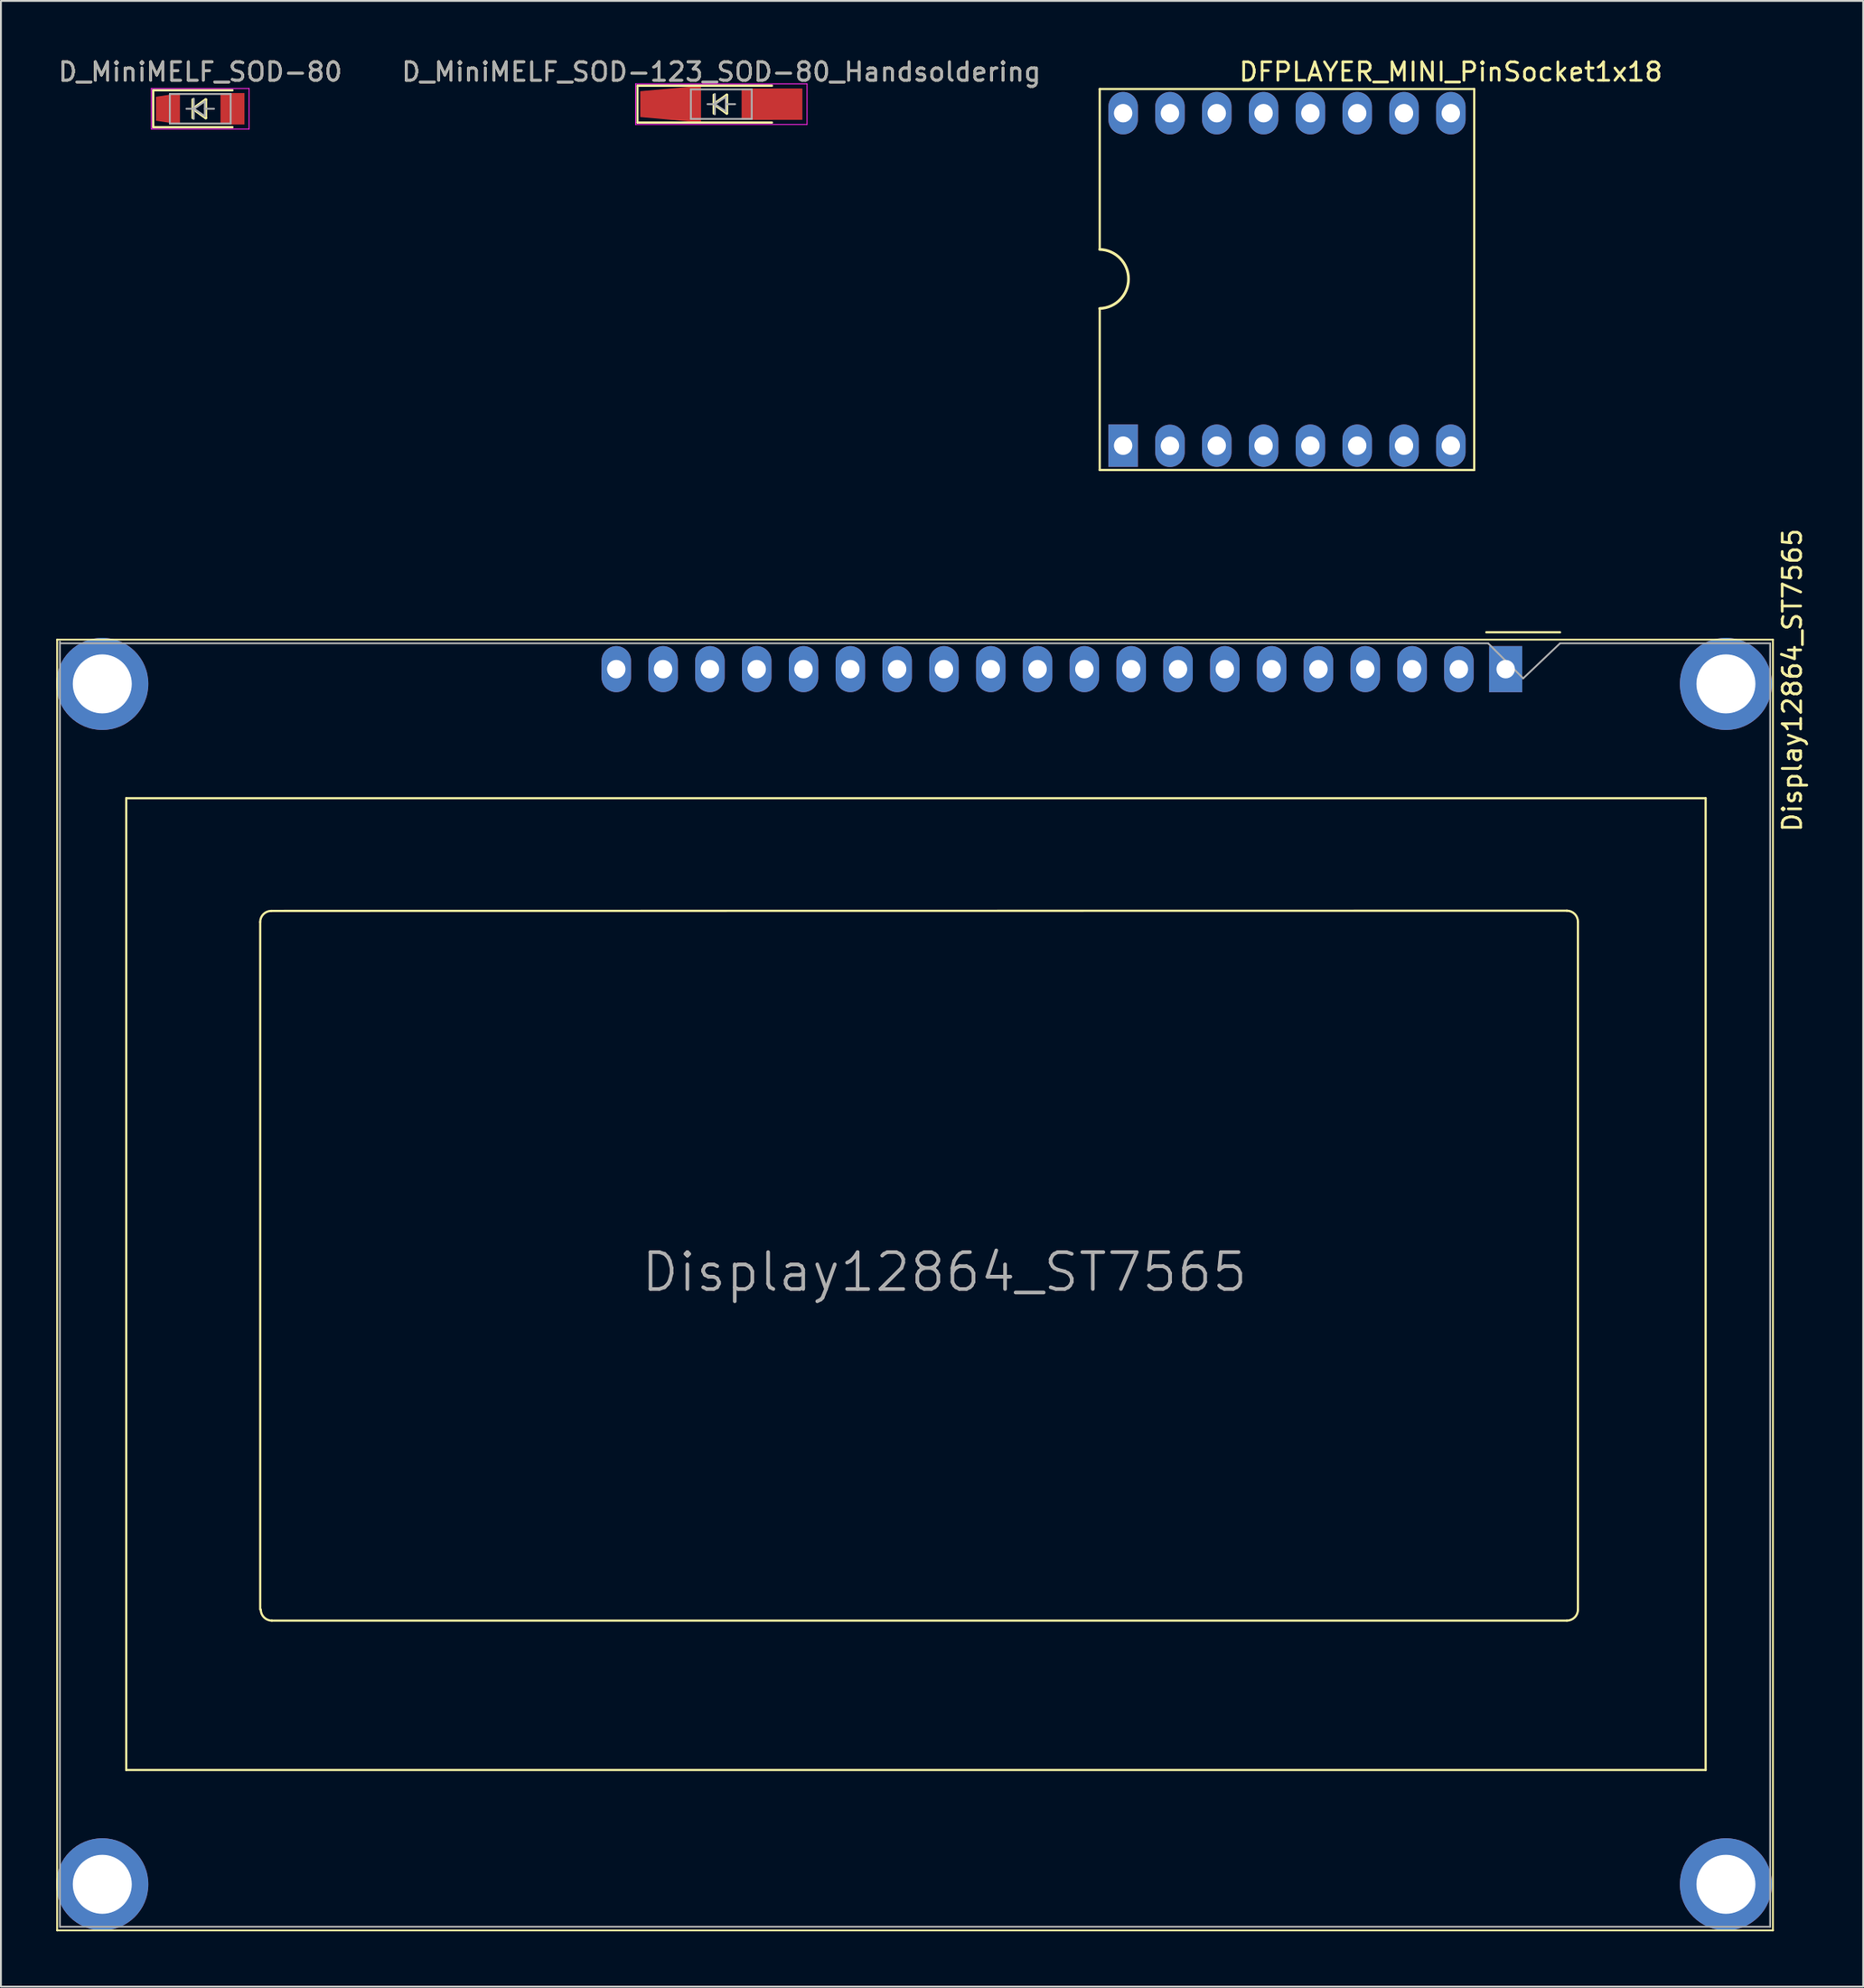
<source format=kicad_pcb>
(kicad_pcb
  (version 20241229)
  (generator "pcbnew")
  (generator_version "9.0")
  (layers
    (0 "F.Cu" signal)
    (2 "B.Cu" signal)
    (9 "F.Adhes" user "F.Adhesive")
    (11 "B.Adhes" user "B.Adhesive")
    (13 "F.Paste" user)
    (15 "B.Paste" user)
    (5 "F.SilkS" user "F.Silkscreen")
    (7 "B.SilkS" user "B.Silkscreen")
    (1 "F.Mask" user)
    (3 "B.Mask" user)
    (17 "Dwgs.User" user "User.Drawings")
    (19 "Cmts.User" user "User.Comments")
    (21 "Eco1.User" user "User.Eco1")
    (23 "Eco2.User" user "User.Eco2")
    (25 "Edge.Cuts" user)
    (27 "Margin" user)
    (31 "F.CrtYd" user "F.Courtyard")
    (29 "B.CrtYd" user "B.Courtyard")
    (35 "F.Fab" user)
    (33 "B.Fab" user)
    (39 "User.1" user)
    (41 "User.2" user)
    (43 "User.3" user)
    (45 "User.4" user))
  (footprint "DFPLAYER_MINI_PinSocket1x18"
    (layer "F.Cu")
    (at 66.783 12.278)
    (property "Reference" "DFPLAYER_MINI_PinSocket1x18" (at 8.89 -11.43 0) (layer "F.SilkS") (effects (font (size 1 1) (thickness 0.15))))
    (attr through_hole)
    (fp_line (start -10.16 -10.5) (end 10.16 -10.5) (stroke (width 0.12) (type solid)) (layer "F.SilkS"))
    (fp_line (start -10.16 -1.8) (end -10.16 -10.5) (stroke (width 0.12) (type solid)) (layer "F.SilkS"))
    (fp_line (start -10.16 10.16) (end -10.16 1.4) (stroke (width 0.12) (type solid)) (layer "F.SilkS"))
    (fp_line (start -10.16 10.16) (end 10.16 10.16) (stroke (width 0.12) (type solid)) (layer "F.SilkS"))
    (fp_line (start 10.16 -10.5) (end 10.16 10.16) (stroke (width 0.12) (type solid)) (layer "F.SilkS"))
    (fp_arc (start -10.16 -1.8) (mid -8.5995 -0.2) (end -10.16 1.4) (stroke (width 0.15) (type solid)) (layer "F.SilkS"))
    (pad "1" thru_hole rect (at -8.89 8.84) (size 1.6 2.3) (drill 1) (layers "*.Cu" "*.Mask"))
    (pad "2" thru_hole oval (at -6.35 8.85) (size 1.6 2.3) (drill 1) (layers "*.Cu" "*.Mask"))
    (pad "3" thru_hole oval (at -3.81 8.84) (size 1.6 2.3) (drill 1) (layers "*.Cu" "*.Mask"))
    (pad "4" thru_hole oval (at -1.27 8.84) (size 1.6 2.3) (drill 1) (layers "*.Cu" "*.Mask"))
    (pad "5" thru_hole oval (at 1.27 8.84) (size 1.6 2.3) (drill 1) (layers "*.Cu" "*.Mask"))
    (pad "6" thru_hole oval (at 3.81 8.84) (size 1.6 2.3) (drill 1) (layers "*.Cu" "*.Mask"))
    (pad "7" thru_hole oval (at 6.35 8.84) (size 1.6 2.3) (drill 1) (layers "*.Cu" "*.Mask"))
    (pad "8" thru_hole oval (at 8.89 8.84) (size 1.6 2.3) (drill 1) (layers "*.Cu" "*.Mask"))
    (pad "9" thru_hole oval (at 8.89 -9.19) (size 1.6 2.3) (drill 1) (layers "*.Cu" "*.Mask"))
    (pad "10" thru_hole oval (at 6.35 -9.19) (size 1.6 2.3) (drill 1) (layers "*.Cu" "*.Mask"))
    (pad "11" thru_hole oval (at 3.81 -9.19) (size 1.6 2.3) (drill 1) (layers "*.Cu" "*.Mask"))
    (pad "12" thru_hole oval (at 1.27 -9.19) (size 1.6 2.3) (drill 1) (layers "*.Cu" "*.Mask"))
    (pad "13" thru_hole oval (at -1.27 -9.19) (size 1.6 2.3) (drill 1) (layers "*.Cu" "*.Mask"))
    (pad "14" thru_hole oval (at -3.81 -9.19) (size 1.6 2.3) (drill 1) (layers "*.Cu" "*.Mask"))
    (pad "15" thru_hole oval (at -6.35 -9.19) (size 1.6 2.3) (drill 1) (layers "*.Cu" "*.Mask"))
    (pad "16" thru_hole oval (at -8.89 -9.19) (size 1.6 2.3) (drill 1) (layers "*.Cu" "*.Mask")))
  (footprint "D_MiniMELF_SOD-123_SOD-80_Handsoldering"
    (layer "F.Cu")
    (at 36.089 2.598)
    (property "Reference" "D_MiniMELF_SOD-123_SOD-80_Handsoldering" (at 0 -1.75 0) (layer "F.SilkS") (effects (font (size 1 1) (thickness 0.15))))
    (attr smd)
    (fp_line (start -4.55 -1) (end -4.55 1) (stroke (width 0.12) (type solid)) (layer "F.SilkS"))
    (fp_line (start -4.55 1) (end 2.75 1) (stroke (width 0.12) (type solid)) (layer "F.SilkS"))
    (fp_line (start -0.4 -0.5) (end -0.4 0.5) (stroke (width 0.15) (type solid)) (layer "F.SilkS"))
    (fp_line (start -0.4 0) (end 0.3 -0.5) (stroke (width 0.15) (type solid)) (layer "F.SilkS"))
    (fp_line (start 0.3 -0.5) (end 0.3 0.5) (stroke (width 0.15) (type solid)) (layer "F.SilkS"))
    (fp_line (start 0.3 0.5) (end -0.4 0) (stroke (width 0.15) (type solid)) (layer "F.SilkS"))
    (fp_line (start 2.75 -1) (end -4.55 -1) (stroke (width 0.12) (type solid)) (layer "F.SilkS"))
    (fp_line (start -4.65 -1.1) (end 4.65 -1.1) (stroke (width 0.05) (type solid)) (layer "F.CrtYd"))
    (fp_line (start -4.65 1.1) (end -4.65 -1.1) (stroke (width 0.05) (type solid)) (layer "F.CrtYd"))
    (fp_line (start 4.65 -1.1) (end 4.65 1.1) (stroke (width 0.05) (type solid)) (layer "F.CrtYd"))
    (fp_line (start 4.65 1.1) (end -4.65 1.1) (stroke (width 0.05) (type solid)) (layer "F.CrtYd"))
    (fp_line (start -1.65 -0.8) (end 1.65 -0.8) (stroke (width 0.1) (type solid)) (layer "F.Fab"))
    (fp_line (start -1.65 0.8) (end -1.65 -0.8) (stroke (width 0.1) (type solid)) (layer "F.Fab"))
    (fp_line (start -0.75 0) (end -0.35 0) (stroke (width 0.1) (type solid)) (layer "F.Fab"))
    (fp_line (start -0.35 0) (end -0.35 -0.55) (stroke (width 0.1) (type solid)) (layer "F.Fab"))
    (fp_line (start -0.35 0) (end -0.35 0.55) (stroke (width 0.1) (type solid)) (layer "F.Fab"))
    (fp_line (start -0.35 0) (end 0.25 -0.4) (stroke (width 0.1) (type solid)) (layer "F.Fab"))
    (fp_line (start 0.25 -0.4) (end 0.25 0.4) (stroke (width 0.1) (type solid)) (layer "F.Fab"))
    (fp_line (start 0.25 0) (end 0.75 0) (stroke (width 0.1) (type solid)) (layer "F.Fab"))
    (fp_line (start 0.25 0.4) (end -0.35 0) (stroke (width 0.1) (type solid)) (layer "F.Fab"))
    (fp_line (start 1.65 -0.8) (end 1.65 0.8) (stroke (width 0.1) (type solid)) (layer "F.Fab"))
    (fp_line (start 1.65 0.8) (end -1.65 0.8) (stroke (width 0.1) (type solid)) (layer "F.Fab"))
    (fp_text user "${REFERENCE}" (at 0 -1.75 0) (layer "F.Fab") (effects (font (size 1 1) (thickness 0.15))))
    (pad "1" smd trapezoid (at -2.75 0 180) (size 3.3 1.7) (rect_delta 0.3 0) (layers "F.Cu" "F.Mask" "F.Paste"))
    (pad "2" smd rect (at 2.75 0) (size 3.3 1.7) (layers "F.Cu" "F.Mask" "F.Paste")))
  (footprint "Display12864_ST7565"
    (layer "F.Cu")
    (at 32.5 36.438)
    (property "Reference" "Display12864_ST7565" (at 61.7 -2.6 270) (layer "F.SilkS") (effects (font (size 1 1) (thickness 0.15))))
    (attr through_hole)
    (fp_line (start -32.45 65.2) (end -32.45 -4.8) (stroke (width 0.1) (type solid)) (layer "F.SilkS"))
    (fp_line (start -28.7 3.8) (end -28.7 56.5) (stroke (width 0.12) (type solid)) (layer "F.SilkS"))
    (fp_line (start -28.7 3.8) (end 57 3.8) (stroke (width 0.12) (type solid)) (layer "F.SilkS"))
    (fp_line (start -28.7 56.5) (end 57 56.5) (stroke (width 0.12) (type solid)) (layer "F.SilkS"))
    (fp_line (start -21.43 47.8) (end -21.43 10.51) (stroke (width 0.12) (type solid)) (layer "F.SilkS"))
    (fp_line (start 49.1 -5.2) (end 45.1 -5.2) (stroke (width 0.12) (type solid)) (layer "F.SilkS"))
    (fp_line (start 49.47 9.9) (end -20.83 9.91) (stroke (width 0.12) (type solid)) (layer "F.SilkS"))
    (fp_line (start 49.47 48.4) (end -20.8 48.4) (stroke (width 0.12) (type solid)) (layer "F.SilkS"))
    (fp_line (start 50.07 47.8) (end 50.07 10.51) (stroke (width 0.12) (type solid)) (layer "F.SilkS"))
    (fp_line (start 57 3.8) (end 57 56.5) (stroke (width 0.12) (type solid)) (layer "F.SilkS"))
    (fp_line (start 60.65 -4.8) (end -32.45 -4.8) (stroke (width 0.1) (type solid)) (layer "F.SilkS"))
    (fp_line (start 60.65 65.2) (end -32.45 65.2) (stroke (width 0.1) (type solid)) (layer "F.SilkS"))
    (fp_line (start 60.65 65.2) (end 60.65 -4.8) (stroke (width 0.1) (type solid)) (layer "F.SilkS"))
    (fp_arc (start -21.43 10.51) (mid -21.254264 10.085736) (end -20.83 9.91) (stroke (width 0.12) (type solid)) (layer "F.SilkS"))
    (fp_arc (start -20.8 48.4) (mid -21.224264 48.224264) (end -21.4 47.8) (stroke (width 0.12) (type solid)) (layer "F.SilkS"))
    (fp_arc (start 49.47 9.9) (mid 49.894264 10.075736) (end 50.07 10.5) (stroke (width 0.12) (type solid)) (layer "F.SilkS"))
    (fp_arc (start 50.07 47.8) (mid 49.894264 48.224264) (end 49.47 48.4) (stroke (width 0.12) (type solid)) (layer "F.SilkS"))
    (fp_line (start -32.3 -4.7) (end -32.3 65) (stroke (width 0.1) (type solid)) (layer "F.Fab"))
    (fp_line (start 45.2 -4.6) (end -32.3 -4.6) (stroke (width 0.1) (type solid)) (layer "F.Fab"))
    (fp_line (start 47.1 -2.7) (end 45.2 -4.6) (stroke (width 0.1) (type solid)) (layer "F.Fab"))
    (fp_line (start 49.1 -4.6) (end 47.1 -2.7) (stroke (width 0.1) (type solid)) (layer "F.Fab"))
    (fp_line (start 60.5 -4.6) (end 49.1 -4.6) (stroke (width 0.1) (type solid)) (layer "F.Fab"))
    (fp_line (start 60.5 -4.6) (end 60.5 65) (stroke (width 0.1) (type solid)) (layer "F.Fab"))
    (fp_line (start 60.5 65) (end -32.3 65) (stroke (width 0.1) (type solid)) (layer "F.Fab"))
    (fp_text user "Module Size: 93x70x14mm" (at 3.8 1.5 0) (layer "Eco2.User") (effects (font (size 1 1) (thickness 0.15))))
    (fp_text user "Visible Size:70.7x38.8" (at 1.2 11.3 0) (layer "Eco2.User") (effects (font (size 1 1) (thickness 0.15))))
    (fp_text user "${REFERENCE}" (at 15.7 29.5 0) (layer "F.Fab") (effects (font (size 2 2) (thickness 0.2))))
    (pad "" thru_hole circle (at -30 -2.4 180) (size 5 5) (drill 3.2) (layers "*.Cu" "*.Mask"))
    (pad "" thru_hole circle (at -30 62.7 180) (size 5 5) (drill 3.2) (layers "*.Cu" "*.Mask"))
    (pad "" thru_hole circle (at 58.1 -2.4 180) (size 5 5) (drill 3.2) (layers "*.Cu" "*.Mask"))
    (pad "" thru_hole circle (at 58.1 62.7 180) (size 5 5) (drill 3.2) (layers "*.Cu" "*.Mask"))
    (pad "1" thru_hole rect (at 46.15 -3.2 180) (size 1.8 2.5) (drill 1) (layers "*.Cu" "*.Mask"))
    (pad "2" thru_hole oval (at 43.61 -3.2 180) (size 1.6 2.5) (drill 1) (layers "*.Cu" "*.Mask"))
    (pad "3" thru_hole oval (at 41.07 -3.2 180) (size 1.6 2.5) (drill 1) (layers "*.Cu" "*.Mask"))
    (pad "4" thru_hole oval (at 38.53 -3.2 180) (size 1.6 2.5) (drill 1) (layers "*.Cu" "*.Mask"))
    (pad "5" thru_hole oval (at 35.99 -3.2 180) (size 1.6 2.5) (drill 1) (layers "*.Cu" "*.Mask"))
    (pad "6" thru_hole oval (at 33.45 -3.2 180) (size 1.6 2.5) (drill 1) (layers "*.Cu" "*.Mask"))
    (pad "7" thru_hole oval (at 30.91 -3.2 180) (size 1.6 2.5) (drill 1) (layers "*.Cu" "*.Mask"))
    (pad "8" thru_hole oval (at 28.37 -3.2 180) (size 1.6 2.5) (drill 1) (layers "*.Cu" "*.Mask"))
    (pad "9" thru_hole oval (at 25.83 -3.2 180) (size 1.6 2.5) (drill 1) (layers "*.Cu" "*.Mask"))
    (pad "10" thru_hole oval (at 23.29 -3.2 180) (size 1.6 2.5) (drill 1) (layers "*.Cu" "*.Mask"))
    (pad "11" thru_hole oval (at 20.75 -3.2 180) (size 1.6 2.5) (drill 1) (layers "*.Cu" "*.Mask"))
    (pad "12" thru_hole oval (at 18.21 -3.2 180) (size 1.6 2.5) (drill 1) (layers "*.Cu" "*.Mask"))
    (pad "13" thru_hole oval (at 15.67 -3.2 180) (size 1.6 2.5) (drill 1) (layers "*.Cu" "*.Mask"))
    (pad "14" thru_hole oval (at 13.13 -3.2 180) (size 1.6 2.5) (drill 1) (layers "*.Cu" "*.Mask"))
    (pad "15" thru_hole oval (at 10.59 -3.2 180) (size 1.6 2.5) (drill 1) (layers "*.Cu" "*.Mask"))
    (pad "16" thru_hole oval (at 8.05 -3.2 180) (size 1.6 2.5) (drill 1) (layers "*.Cu" "*.Mask"))
    (pad "17" thru_hole oval (at 5.51 -3.2 180) (size 1.6 2.5) (drill 1) (layers "*.Cu" "*.Mask"))
    (pad "18" thru_hole oval (at 2.97 -3.2 180) (size 1.6 2.5) (drill 1) (layers "*.Cu" "*.Mask"))
    (pad "19" thru_hole oval (at 0.43 -3.2 180) (size 1.6 2.5) (drill 1) (layers "*.Cu" "*.Mask"))
    (pad "20" thru_hole oval (at -2.11 -3.2 180) (size 1.6 2.5) (drill 1) (layers "*.Cu" "*.Mask")))
  (footprint "D_MiniMELF_SOD-80"
    (layer "F.Cu")
    (at 7.815 2.848)
    (property "Reference" "D_MiniMELF_SOD-80" (at 0 -2 0) (layer "F.SilkS") (effects (font (size 1 1) (thickness 0.15))))
    (attr smd)
    (fp_line (start -2.55 -1) (end -2.55 1) (stroke (width 0.12) (type solid)) (layer "F.SilkS"))
    (fp_line (start -2.55 1) (end 1.75 1) (stroke (width 0.12) (type solid)) (layer "F.SilkS"))
    (fp_line (start -0.4 -0.5) (end -0.4 0.5) (stroke (width 0.15) (type solid)) (layer "F.SilkS"))
    (fp_line (start -0.4 0) (end 0.3 -0.5) (stroke (width 0.15) (type solid)) (layer "F.SilkS"))
    (fp_line (start 0.3 -0.5) (end 0.3 0.5) (stroke (width 0.15) (type solid)) (layer "F.SilkS"))
    (fp_line (start 0.3 0.5) (end -0.4 0) (stroke (width 0.15) (type solid)) (layer "F.SilkS"))
    (fp_line (start 1.75 -1) (end -2.55 -1) (stroke (width 0.12) (type solid)) (layer "F.SilkS"))
    (fp_line (start -2.65 -1.1) (end 2.65 -1.1) (stroke (width 0.05) (type solid)) (layer "F.CrtYd"))
    (fp_line (start -2.65 1.1) (end -2.65 -1.1) (stroke (width 0.05) (type solid)) (layer "F.CrtYd"))
    (fp_line (start 2.65 -1.1) (end 2.65 1.1) (stroke (width 0.05) (type solid)) (layer "F.CrtYd"))
    (fp_line (start 2.65 1.1) (end -2.65 1.1) (stroke (width 0.05) (type solid)) (layer "F.CrtYd"))
    (fp_line (start -1.65 -0.8) (end 1.65 -0.8) (stroke (width 0.1) (type solid)) (layer "F.Fab"))
    (fp_line (start -1.65 0.8) (end -1.65 -0.8) (stroke (width 0.1) (type solid)) (layer "F.Fab"))
    (fp_line (start -0.75 0) (end -0.35 0) (stroke (width 0.1) (type solid)) (layer "F.Fab"))
    (fp_line (start -0.35 0) (end -0.35 -0.55) (stroke (width 0.1) (type solid)) (layer "F.Fab"))
    (fp_line (start -0.35 0) (end -0.35 0.55) (stroke (width 0.1) (type solid)) (layer "F.Fab"))
    (fp_line (start -0.35 0) (end 0.25 -0.4) (stroke (width 0.1) (type solid)) (layer "F.Fab"))
    (fp_line (start 0.25 -0.4) (end 0.25 0.4) (stroke (width 0.1) (type solid)) (layer "F.Fab"))
    (fp_line (start 0.25 0) (end 0.75 0) (stroke (width 0.1) (type solid)) (layer "F.Fab"))
    (fp_line (start 0.25 0.4) (end -0.35 0) (stroke (width 0.1) (type solid)) (layer "F.Fab"))
    (fp_line (start 1.65 -0.8) (end 1.65 0.8) (stroke (width 0.1) (type solid)) (layer "F.Fab"))
    (fp_line (start 1.65 0.8) (end -1.65 0.8) (stroke (width 0.1) (type solid)) (layer "F.Fab"))
    (fp_text user "${REFERENCE}" (at 0 -2 0) (layer "F.Fab") (effects (font (size 1 1) (thickness 0.15))))
    (pad "1" smd trapezoid (at -1.75 0 90) (size 1.5 1.3) (rect_delta 0 0.2) (layers "F.Cu" "F.Mask" "F.Paste"))
    (pad "2" smd rect (at 1.75 0) (size 1.3 1.7) (layers "F.Cu" "F.Mask" "F.Paste")))
  (gr_rect
    (start -3 -3)
    (end 98.048 104.688)
    (stroke (width 0.1) (type default))
    (fill no)
    (layer "Edge.Cuts")))
</source>
